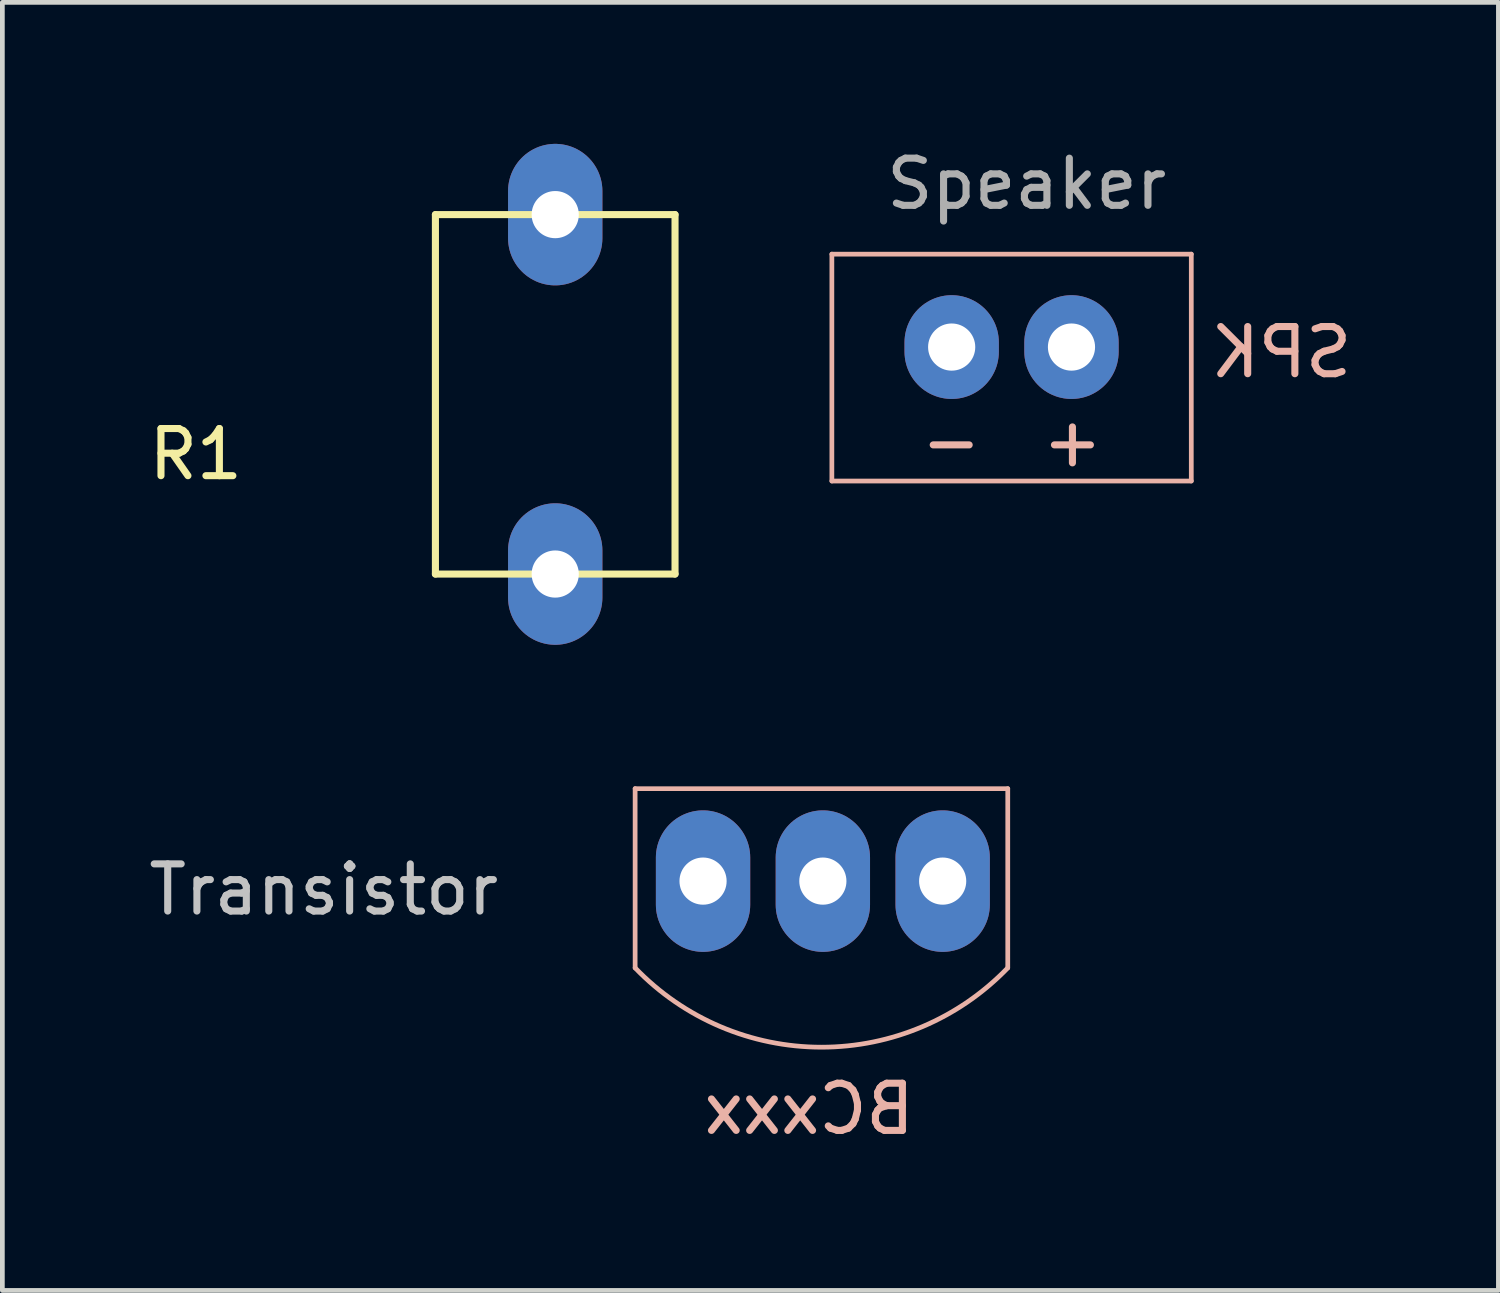
<source format=kicad_pcb>
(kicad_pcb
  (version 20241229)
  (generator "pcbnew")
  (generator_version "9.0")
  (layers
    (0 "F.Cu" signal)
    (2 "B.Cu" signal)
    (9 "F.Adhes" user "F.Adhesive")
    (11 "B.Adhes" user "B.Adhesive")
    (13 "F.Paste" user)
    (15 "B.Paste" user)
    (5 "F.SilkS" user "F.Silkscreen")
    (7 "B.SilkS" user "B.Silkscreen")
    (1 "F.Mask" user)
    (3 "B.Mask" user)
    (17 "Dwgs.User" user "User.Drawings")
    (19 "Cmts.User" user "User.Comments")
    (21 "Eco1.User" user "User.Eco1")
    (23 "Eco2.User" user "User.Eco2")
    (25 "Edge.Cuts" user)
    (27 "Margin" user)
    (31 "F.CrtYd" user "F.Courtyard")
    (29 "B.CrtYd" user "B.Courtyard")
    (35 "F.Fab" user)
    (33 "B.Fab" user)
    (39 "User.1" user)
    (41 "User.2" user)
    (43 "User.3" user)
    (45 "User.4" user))
  (footprint "R1"
    (layer "F.Cu")
    (at 8.721 9.12)
    (property "Reference" "R1" (at -7.62 -2.54 0) (layer "F.SilkS") (effects (font (size 1 1) (thickness 0.15))))
    (attr through_hole)
    (fp_line (start -2.54 -7.62) (end 2.54 -7.62) (stroke (width 0.15) (type solid)) (layer "F.SilkS"))
    (fp_line (start -2.54 0) (end -2.54 -7.62) (stroke (width 0.15) (type solid)) (layer "F.SilkS"))
    (fp_line (start 2.54 -7.62) (end 2.54 0) (stroke (width 0.15) (type solid)) (layer "F.SilkS"))
    (fp_line (start 2.54 0) (end -2.54 0) (stroke (width 0.15) (type solid)) (layer "F.SilkS"))
    (pad "1" thru_hole oval (at 0 0) (size 2 3) (drill 1) (layers "*.Cu" "*.Mask"))
    (pad "2" thru_hole oval (at 0 -7.62) (size 2 3) (drill 1) (layers "*.Cu" "*.Mask")))
  (footprint "Speaker"
    (layer "F.Cu")
    (at 14.586 6.848)
    (property "Reference" "Speaker" (at 4.13 -6 0) (layer "F.Fab") (effects (font (size 1 1) (thickness 0.15))))
    (attr through_hole)
    (fp_line (start 0 -4.51) (end 7.62 -4.51) (stroke (width 0.1) (type solid)) (layer "B.SilkS"))
    (fp_line (start 0 0.3) (end 0 -4.51) (stroke (width 0.1) (type solid)) (layer "B.SilkS"))
    (fp_line (start 7.62 -4.51) (end 7.62 0.3) (stroke (width 0.1) (type solid)) (layer "B.SilkS"))
    (fp_line (start 7.62 0.3) (end 0 0.3) (stroke (width 0.1) (type solid)) (layer "B.SilkS"))
    (fp_text user "+" (at 5.1 -0.54 0) (layer "B.SilkS") (effects (font (size 1 1) (thickness 0.15)) (justify mirror)))
    (fp_text user "-" (at 2.53 -0.54 0) (layer "B.SilkS") (effects (font (size 1 1) (thickness 0.15)) (justify mirror)))
    (fp_text user "SPK" (at 9.53 -2.43 0) (layer "B.SilkS") (effects (font (size 1 1) (thickness 0.15)) (justify mirror)))
    (pad "1" thru_hole oval (at 5.08 -2.54) (size 2 2.2) (drill 1) (layers "*.Cu" "*.Mask"))
    (pad "2" thru_hole oval (at 2.54 -2.54) (size 2 2.2) (drill 1) (layers "*.Cu" "*.Mask")))
  (footprint "Transistor"
    (layer "F.Cu")
    (at 9.315 18.17)
    (property "Reference" "Transistor" (at -5.5 -2.36 0) (layer "Dwgs.User") (effects (font (size 1 1) (thickness 0.15))))
    (attr through_hole)
    (fp_line (start 1.1 -4.5) (end 9 -4.5) (stroke (width 0.1) (type solid)) (layer "B.SilkS"))
    (fp_line (start 1.1 -0.7) (end 1.1 -4.5) (stroke (width 0.1) (type solid)) (layer "B.SilkS"))
    (fp_line (start 9 -0.7) (end 9 -4.5) (stroke (width 0.1) (type solid)) (layer "B.SilkS"))
    (fp_arc (start 8.99883 -0.698786) (mid 5.049157 0.981103) (end 1.100001 -0.700001) (stroke (width 0.1) (type solid)) (layer "B.SilkS"))
    (fp_text user "BCxxx" (at 4.79 2.29 0) (layer "B.SilkS") (effects (font (size 1 1) (thickness 0.15)) (justify mirror)))
    (pad "1" thru_hole oval (at 2.54 -2.54) (size 2 3) (drill 1) (layers "*.Cu" "*.Mask"))
    (pad "2" thru_hole oval (at 5.08 -2.54) (size 2 3) (drill 1) (layers "*.Cu" "*.Mask"))
    (pad "3" thru_hole oval (at 7.62 -2.54) (size 2 3) (drill 1) (layers "*.Cu" "*.Mask")))
  (gr_rect
    (start -3 -3)
    (end 28.717 24.308)
    (stroke (width 0.1) (type default))
    (fill no)
    (layer "Edge.Cuts")))
</source>
